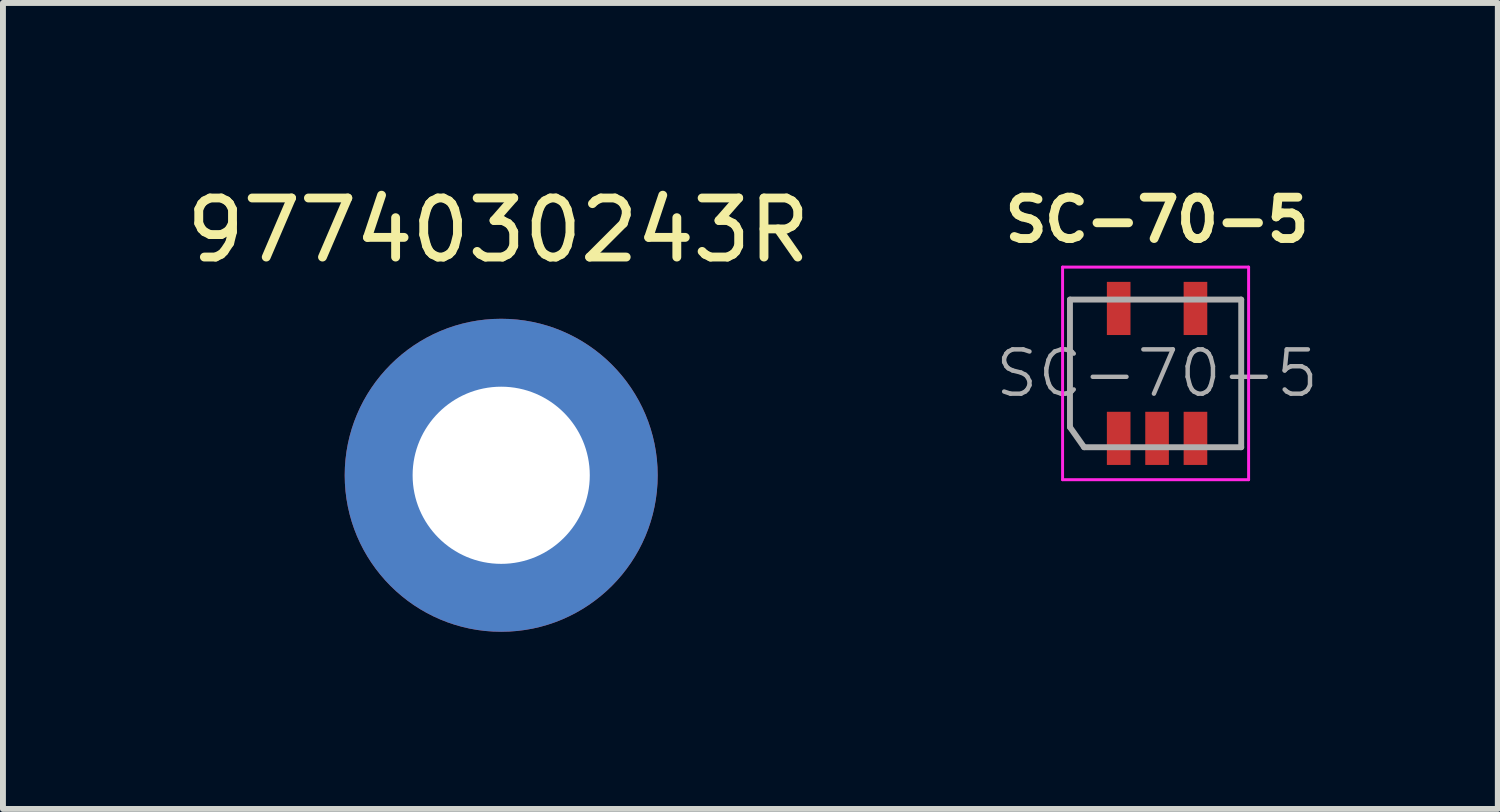
<source format=kicad_pcb>
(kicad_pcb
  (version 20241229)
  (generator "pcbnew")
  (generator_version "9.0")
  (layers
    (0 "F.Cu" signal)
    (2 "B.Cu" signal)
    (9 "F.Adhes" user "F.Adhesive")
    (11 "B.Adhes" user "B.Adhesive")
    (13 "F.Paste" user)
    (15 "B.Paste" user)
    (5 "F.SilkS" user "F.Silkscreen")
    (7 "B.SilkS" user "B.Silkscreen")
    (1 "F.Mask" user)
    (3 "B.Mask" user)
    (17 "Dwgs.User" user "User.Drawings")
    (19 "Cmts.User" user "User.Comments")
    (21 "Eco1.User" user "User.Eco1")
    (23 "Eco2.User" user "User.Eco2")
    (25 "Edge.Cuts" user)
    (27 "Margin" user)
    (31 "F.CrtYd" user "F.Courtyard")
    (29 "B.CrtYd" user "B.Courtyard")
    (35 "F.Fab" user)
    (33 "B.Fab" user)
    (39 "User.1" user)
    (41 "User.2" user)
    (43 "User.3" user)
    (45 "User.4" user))
  (footprint "9774030243R"
    (layer "F.Cu")
    (at 5.387 5.048)
    (property "Reference" "9774030243R" (at 0 -4.2 0) (layer "F.SilkS") (effects (font (size 1 1) (thickness 0.15))))
    (attr through_hole)
    (pad "M" thru_hole circle (at 0.05 -0.05) (size 5.3 5.3) (drill 3) (layers "*.Cu" "F.Mask")))
  (footprint "SC-70-5"
    (layer "F.Cu")
    (at 16.543 3.273)
    (property "Reference" "SC-70-5" (at 0 -2.6 0) (layer "F.SilkS") (effects (font (size 0.7 0.7) (thickness 0.15))))
    (attr smd)
    (fp_line (start -1.6 1.8) (end -1.6 -1.8) (stroke (width 0.05) (type solid)) (layer "F.CrtYd"))
    (fp_line (start -1.6 1.8) (end 1.55 1.8) (stroke (width 0.05) (type solid)) (layer "F.CrtYd"))
    (fp_line (start 1.55 -1.8) (end -1.6 -1.8) (stroke (width 0.05) (type solid)) (layer "F.CrtYd"))
    (fp_line (start 1.55 -1.8) (end 1.55 1.8) (stroke (width 0.05) (type solid)) (layer "F.CrtYd"))
    (fp_line (start -1.475 -1.25) (end 1.425 -1.25) (stroke (width 0.1) (type solid)) (layer "F.Fab"))
    (fp_line (start -1.475 0.91) (end -1.475 -1.25) (stroke (width 0.1) (type solid)) (layer "F.Fab"))
    (fp_line (start -1.475 0.91) (end -1.235 1.25) (stroke (width 0.1) (type solid)) (layer "F.Fab"))
    (fp_line (start -1.235 1.25) (end 1.425 1.25) (stroke (width 0.1) (type solid)) (layer "F.Fab"))
    (fp_line (start 1.425 -1.25) (end 1.425 1.25) (stroke (width 0.1) (type solid)) (layer "F.Fab"))
    (fp_text user "${REFERENCE}" (at 0 0 0) (layer "F.Fab") (effects (font (size 0.75 0.75) (thickness 0.075))))
    (pad "1" smd rect (at -0.65 1.1) (size 0.4 0.9) (layers "F.Cu" "F.Mask" "F.Paste"))
    (pad "2" smd rect (at 0 1.1) (size 0.4 0.9) (layers "F.Cu" "F.Mask" "F.Paste"))
    (pad "3" smd rect (at 0.65 1.1) (size 0.4 0.9) (layers "F.Cu" "F.Mask" "F.Paste"))
    (pad "4" smd rect (at 0.65 -1.1) (size 0.4 0.9) (layers "F.Cu" "F.Mask" "F.Paste"))
    (pad "5" smd rect (at -0.65 -1.1) (size 0.4 0.9) (layers "F.Cu" "F.Mask" "F.Paste")))
  (gr_rect
    (start -3 -3)
    (end 22.313 10.648)
    (stroke (width 0.1) (type default))
    (fill no)
    (layer "Edge.Cuts")))
</source>
